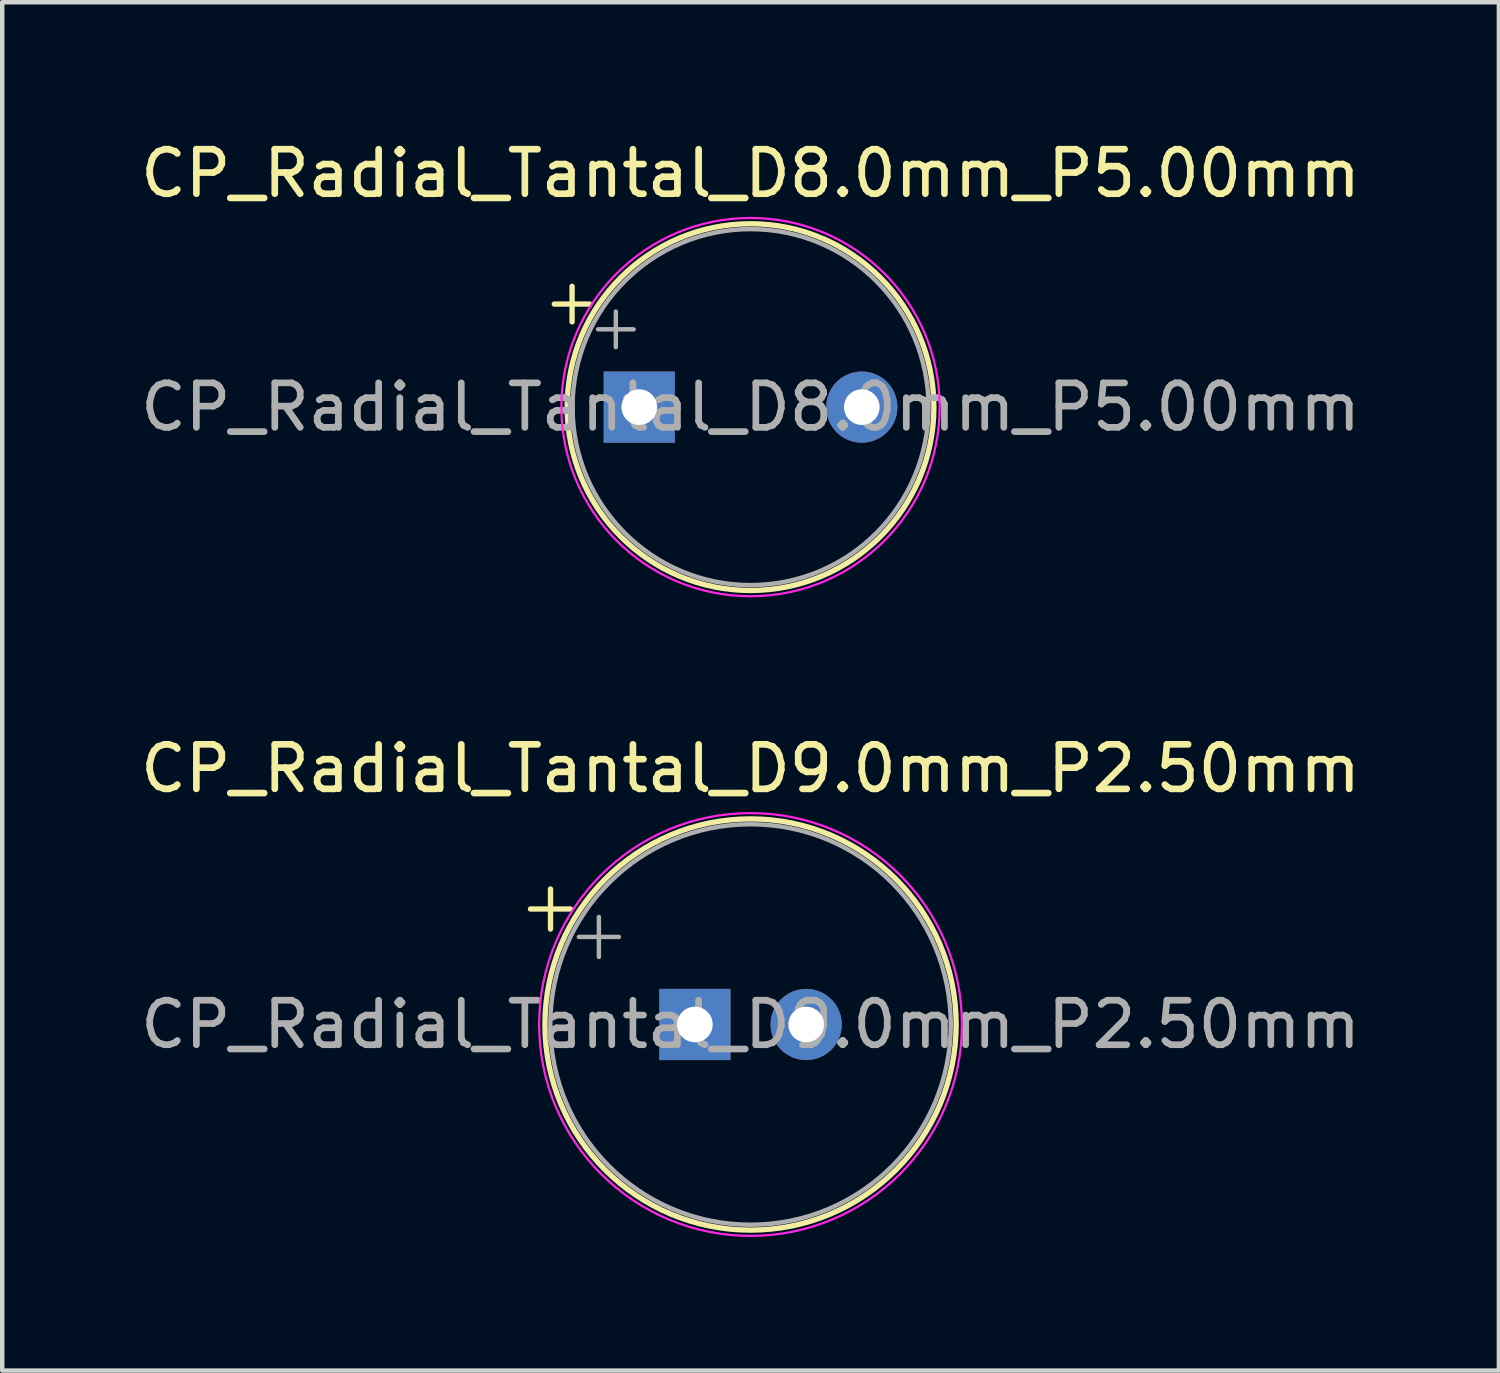
<source format=kicad_pcb>
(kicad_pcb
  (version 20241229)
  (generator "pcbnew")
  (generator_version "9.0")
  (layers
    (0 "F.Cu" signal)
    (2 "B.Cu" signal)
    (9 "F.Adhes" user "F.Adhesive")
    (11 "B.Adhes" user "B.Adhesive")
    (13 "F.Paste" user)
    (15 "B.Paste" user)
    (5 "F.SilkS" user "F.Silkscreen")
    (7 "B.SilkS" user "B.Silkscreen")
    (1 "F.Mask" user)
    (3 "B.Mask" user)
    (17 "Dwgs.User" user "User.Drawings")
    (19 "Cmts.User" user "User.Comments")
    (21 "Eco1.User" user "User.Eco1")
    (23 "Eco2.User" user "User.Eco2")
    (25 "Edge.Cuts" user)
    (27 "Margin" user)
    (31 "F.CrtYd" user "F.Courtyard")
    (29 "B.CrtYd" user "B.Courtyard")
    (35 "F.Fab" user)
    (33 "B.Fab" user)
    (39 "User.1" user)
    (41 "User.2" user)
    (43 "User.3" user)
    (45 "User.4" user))
  (footprint "CP_Radial_Tantal_D8.0mm_P5.00mm"
    (layer "F.Cu")
    (at 11.315 6.098)
    (property "Reference" "CP_Radial_Tantal_D8.0mm_P5.00mm" (at 2.5 -5.25 0) (layer "F.SilkS") (effects (font (size 1 1) (thickness 0.15))))
    (attr through_hole)
    (fp_line (start -1.91 -2.315) (end -1.11 -2.315) (stroke (width 0.12) (type solid)) (layer "F.SilkS"))
    (fp_line (start -1.51 -2.715) (end -1.51 -1.915) (stroke (width 0.12) (type solid)) (layer "F.SilkS"))
    (fp_circle (center 2.5 0) (end 6.62 0) (stroke (width 0.12) (type solid)) (fill no) (layer "F.SilkS"))
    (fp_circle (center 2.5 0) (end 6.75 0) (stroke (width 0.05) (type solid)) (fill no) (layer "F.CrtYd"))
    (fp_line (start -0.927 -1.748) (end -0.127 -1.748) (stroke (width 0.1) (type solid)) (layer "F.Fab"))
    (fp_line (start -0.527 -2.147) (end -0.527 -1.347) (stroke (width 0.1) (type solid)) (layer "F.Fab"))
    (fp_circle (center 2.5 0) (end 6.5 0) (stroke (width 0.1) (type solid)) (fill no) (layer "F.Fab"))
    (fp_text user "${REFERENCE}" (at 2.5 0 0) (layer "F.Fab") (effects (font (size 1 1) (thickness 0.15))))
    (pad "1" thru_hole rect (at 0 0) (size 1.6 1.6) (drill 0.8) (layers "*.Cu" "*.Mask"))
    (pad "2" thru_hole circle (at 5 0) (size 1.6 1.6) (drill 0.8) (layers "*.Cu" "*.Mask")))
  (footprint "CP_Radial_Tantal_D9.0mm_P2.50mm"
    (layer "F.Cu")
    (at 12.565 19.971)
    (property "Reference" "CP_Radial_Tantal_D9.0mm_P2.50mm" (at 1.25 -5.75 0) (layer "F.SilkS") (effects (font (size 1 1) (thickness 0.15))))
    (attr through_hole)
    (fp_line (start -3.695 -2.595) (end -2.795 -2.595) (stroke (width 0.12) (type solid)) (layer "F.SilkS"))
    (fp_line (start -3.245 -3.045) (end -3.245 -2.145) (stroke (width 0.12) (type solid)) (layer "F.SilkS"))
    (fp_circle (center 1.25 0) (end 5.87 0) (stroke (width 0.12) (type solid)) (fill no) (layer "F.SilkS"))
    (fp_circle (center 1.25 0) (end 6 0) (stroke (width 0.05) (type solid)) (fill no) (layer "F.CrtYd"))
    (fp_line (start -2.608 -1.968) (end -1.708 -1.968) (stroke (width 0.1) (type solid)) (layer "F.Fab"))
    (fp_line (start -2.158 -2.417) (end -2.158 -1.518) (stroke (width 0.1) (type solid)) (layer "F.Fab"))
    (fp_circle (center 1.25 0) (end 5.75 0) (stroke (width 0.1) (type solid)) (fill no) (layer "F.Fab"))
    (fp_text user "${REFERENCE}" (at 1.25 0 0) (layer "F.Fab") (effects (font (size 1 1) (thickness 0.15))))
    (pad "1" thru_hole rect (at 0 0) (size 1.6 1.6) (drill 0.8) (layers "*.Cu" "*.Mask"))
    (pad "2" thru_hole circle (at 2.5 0) (size 1.6 1.6) (drill 0.8) (layers "*.Cu" "*.Mask")))
  (gr_rect
    (start -3 -3)
    (end 30.631 27.747)
    (stroke (width 0.1) (type default))
    (fill no)
    (layer "Edge.Cuts")))
</source>
